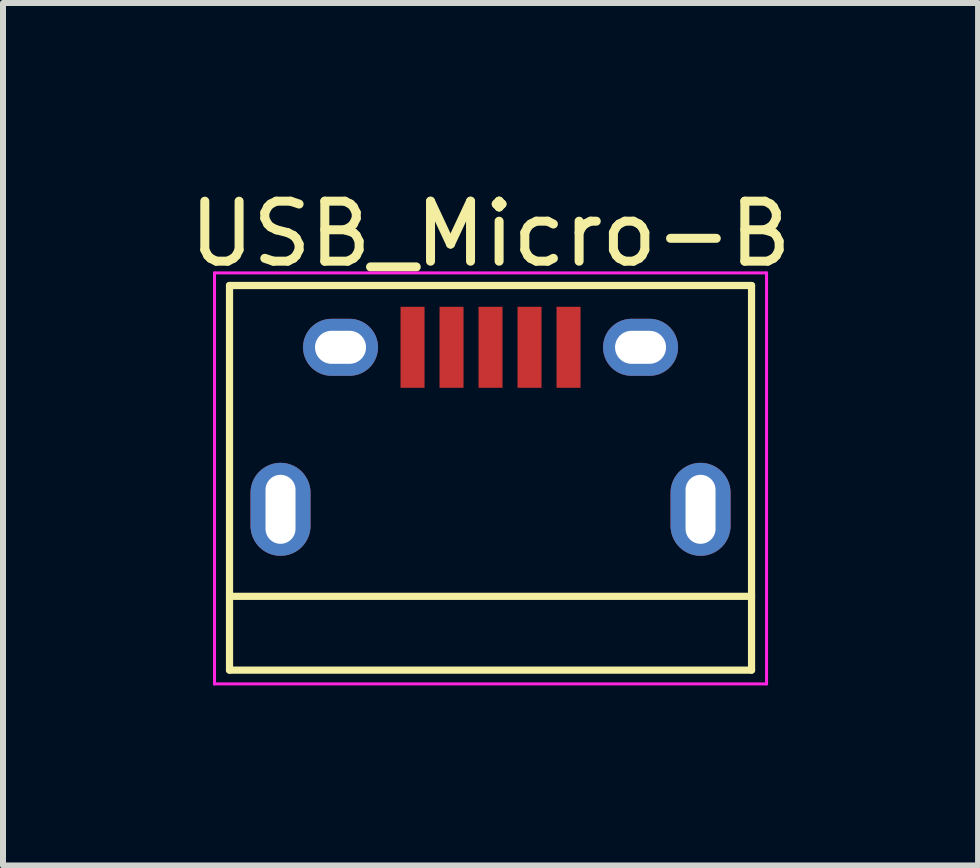
<source format=kicad_pcb>
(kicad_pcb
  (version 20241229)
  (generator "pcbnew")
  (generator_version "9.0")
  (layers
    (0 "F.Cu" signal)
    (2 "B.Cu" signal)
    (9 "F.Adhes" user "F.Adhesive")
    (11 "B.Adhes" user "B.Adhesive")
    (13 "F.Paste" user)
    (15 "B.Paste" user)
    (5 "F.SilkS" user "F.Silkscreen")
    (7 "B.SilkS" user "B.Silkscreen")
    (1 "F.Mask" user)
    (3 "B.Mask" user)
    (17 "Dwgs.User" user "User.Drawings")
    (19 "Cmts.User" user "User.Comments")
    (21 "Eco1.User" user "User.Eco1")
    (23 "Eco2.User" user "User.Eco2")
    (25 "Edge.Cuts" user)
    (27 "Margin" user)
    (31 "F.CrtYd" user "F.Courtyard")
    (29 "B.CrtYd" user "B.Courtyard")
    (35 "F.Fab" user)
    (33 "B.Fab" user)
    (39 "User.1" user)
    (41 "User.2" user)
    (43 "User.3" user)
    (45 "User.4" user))
  (footprint "USB_Micro-B"
    (layer "F.Cu")
    (at 5.125 4.088)
    (property "Reference" "USB_Micro-B" (at 0 -3.24 0) (layer "F.SilkS") (effects (font (size 1 1) (thickness 0.15))))
    (attr smd)
    (fp_line (start -4.35 -2.38) (end 4.35 -2.38) (stroke (width 0.12) (type solid)) (layer "F.SilkS"))
    (fp_line (start -4.35 4.03) (end -4.35 -2.38) (stroke (width 0.12) (type solid)) (layer "F.SilkS"))
    (fp_line (start -4.35 4.03) (end 4.35 4.03) (stroke (width 0.12) (type solid)) (layer "F.SilkS"))
    (fp_line (start 4.35 -2.38) (end 4.35 4.03) (stroke (width 0.12) (type solid)) (layer "F.SilkS"))
    (fp_line (start 4.35 2.8) (end -4.35 2.8) (stroke (width 0.12) (type solid)) (layer "F.SilkS"))
    (fp_line (start -4.6 -2.59) (end 4.6 -2.59) (stroke (width 0.05) (type solid)) (layer "F.CrtYd"))
    (fp_line (start -4.6 4.26) (end -4.6 -2.59) (stroke (width 0.05) (type solid)) (layer "F.CrtYd"))
    (fp_line (start 4.6 -2.59) (end 4.6 4.26) (stroke (width 0.05) (type solid)) (layer "F.CrtYd"))
    (fp_line (start 4.6 4.26) (end -4.6 4.26) (stroke (width 0.05) (type solid)) (layer "F.CrtYd"))
    (pad "1" smd rect (at -1.3 -1.35 90) (size 1.35 0.4) (layers "F.Cu" "F.Mask" "F.Paste"))
    (pad "2" smd rect (at -0.65 -1.35 90) (size 1.35 0.4) (layers "F.Cu" "F.Mask" "F.Paste"))
    (pad "3" smd rect (at 0 -1.35 90) (size 1.35 0.4) (layers "F.Cu" "F.Mask" "F.Paste"))
    (pad "4" smd rect (at 0.65 -1.35 90) (size 1.35 0.4) (layers "F.Cu" "F.Mask" "F.Paste"))
    (pad "5" smd rect (at 1.3 -1.35 90) (size 1.35 0.4) (layers "F.Cu" "F.Mask" "F.Paste"))
    (pad "6" thru_hole oval (at -3.5 1.35 90) (size 1.55 1) (drill oval 1.15 0.5) (layers "*.Cu" "*.Mask"))
    (pad "6" thru_hole oval (at -2.5 -1.35 90) (size 0.95 1.25) (drill oval 0.55 0.85) (layers "*.Cu" "*.Mask"))
    (pad "6" thru_hole oval (at 2.5 -1.35 90) (size 0.95 1.25) (drill oval 0.55 0.85) (layers "*.Cu" "*.Mask"))
    (pad "6" thru_hole oval (at 3.5 1.35 90) (size 1.55 1) (drill oval 1.15 0.5) (layers "*.Cu" "*.Mask")))
  (gr_rect
    (start -3 -3)
    (end 13.25 11.373)
    (stroke (width 0.1) (type default))
    (fill no)
    (layer "Edge.Cuts")))
</source>
